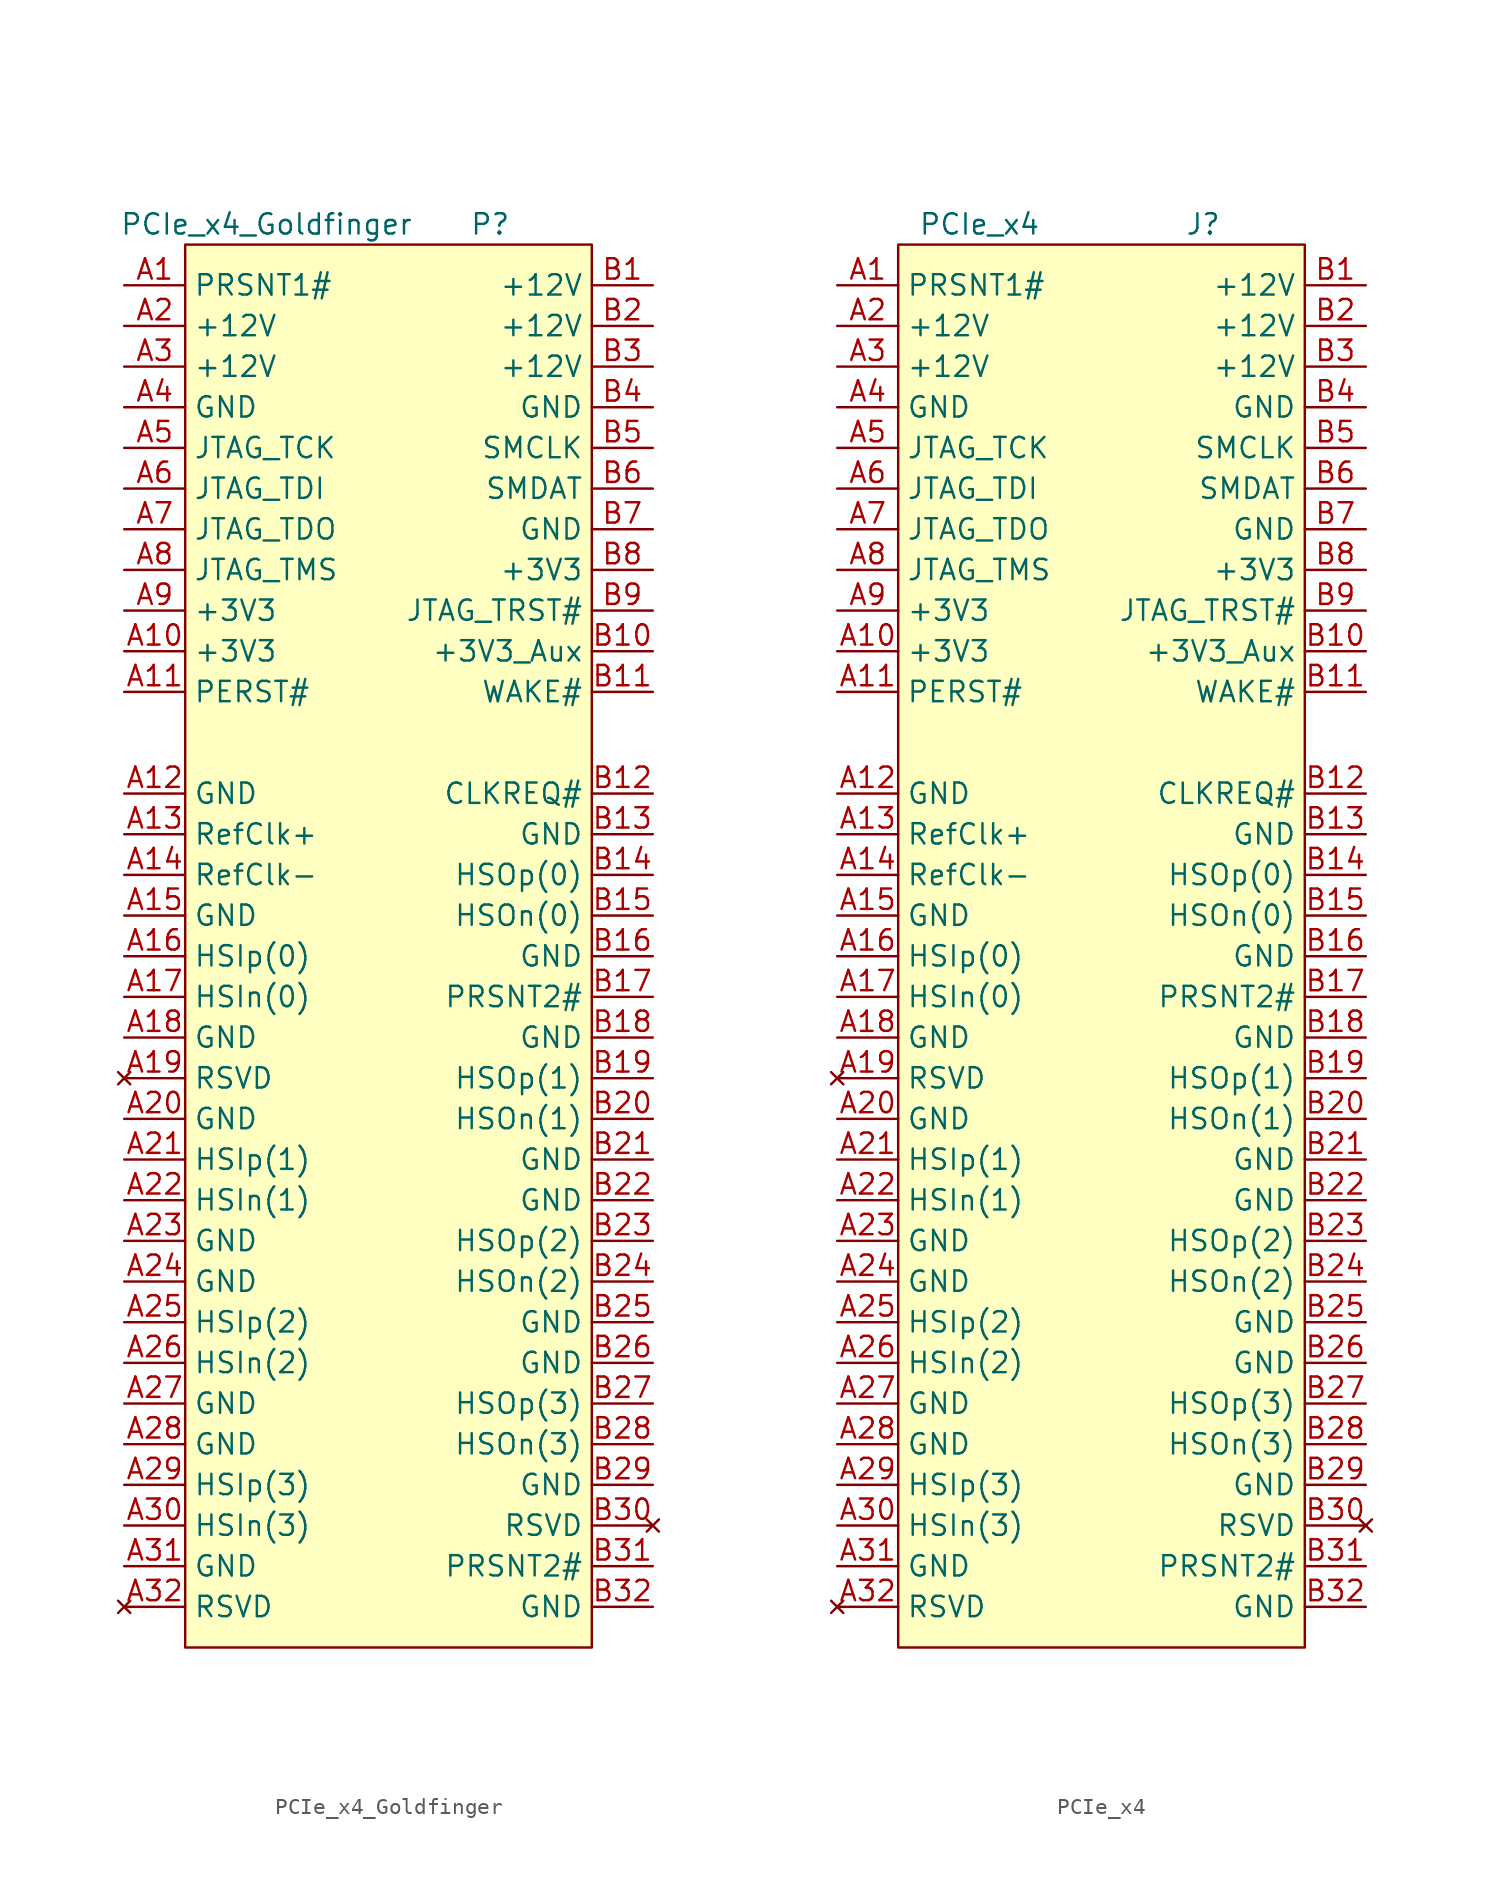
<source format=kicad_sym>
(kicad_symbol_lib
  (version 20231120)
  (generator "kicad_symbol_editor")
  (generator_version "8.0")
  (symbol "PCIe_x4_Goldfinger"
    (property "Reference" "P"
      (at 6.35 31.75 0)
      (effects (font (size 1.27 1.27))))
    (property "Value" "PCIe_x4_Goldfinger"
      (at -7.62 31.75 0)
      (effects (font (size 1.27 1.27))))
    (symbol "PCIe_x4_Goldfinger_0_1"
      (rectangle (start -12.7 30.48) (end 12.7 -57.15) (stroke (width 0) (type default)) (fill (type background))))
    (symbol "PCIe_x4_Goldfinger_1_1"
      (pin passive line (at -16.51 27.94 0) (length 3.81) (name "PRSNT1#" (effects (font (size 1.27 1.27)))) (number "A1" (effects (font (size 1.27 1.27)))))
      (pin passive line (at -16.51 5.08 0) (length 3.81) (name "+3V3" (effects (font (size 1.27 1.27)))) (number "A10" (effects (font (size 1.27 1.27)))))
      (pin passive line (at -16.51 2.54 0) (length 3.81) (name "PERST#" (effects (font (size 1.27 1.27)))) (number "A11" (effects (font (size 1.27 1.27)))))
      (pin passive line (at -16.51 -3.81 0) (length 3.81) (name "GND" (effects (font (size 1.27 1.27)))) (number "A12" (effects (font (size 1.27 1.27)))))
      (pin passive line (at -16.51 -6.35 0) (length 3.81) (name "RefClk+" (effects (font (size 1.27 1.27)))) (number "A13" (effects (font (size 1.27 1.27)))))
      (pin passive line (at -16.51 -8.89 0) (length 3.81) (name "RefClk-" (effects (font (size 1.27 1.27)))) (number "A14" (effects (font (size 1.27 1.27)))))
      (pin passive line (at -16.51 -11.43 0) (length 3.81) (name "GND" (effects (font (size 1.27 1.27)))) (number "A15" (effects (font (size 1.27 1.27)))))
      (pin passive line (at -16.51 -13.97 0) (length 3.81) (name "HSIp(0)" (effects (font (size 1.27 1.27)))) (number "A16" (effects (font (size 1.27 1.27)))))
      (pin passive line (at -16.51 -16.51 0) (length 3.81) (name "HSIn(0)" (effects (font (size 1.27 1.27)))) (number "A17" (effects (font (size 1.27 1.27)))))
      (pin passive line (at -16.51 -19.05 0) (length 3.81) (name "GND" (effects (font (size 1.27 1.27)))) (number "A18" (effects (font (size 1.27 1.27)))))
      (pin no_connect line (at -16.51 -21.59 0) (length 3.81) (name "RSVD" (effects (font (size 1.27 1.27)))) (number "A19" (effects (font (size 1.27 1.27)))))
      (pin passive line (at -16.51 25.4 0) (length 3.81) (name "+12V" (effects (font (size 1.27 1.27)))) (number "A2" (effects (font (size 1.27 1.27)))))
      (pin passive line (at -16.51 -24.13 0) (length 3.81) (name "GND" (effects (font (size 1.27 1.27)))) (number "A20" (effects (font (size 1.27 1.27)))))
      (pin passive line (at -16.51 -26.67 0) (length 3.81) (name "HSIp(1)" (effects (font (size 1.27 1.27)))) (number "A21" (effects (font (size 1.27 1.27)))))
      (pin passive line (at -16.51 -29.21 0) (length 3.81) (name "HSIn(1)" (effects (font (size 1.27 1.27)))) (number "A22" (effects (font (size 1.27 1.27)))))
      (pin passive line (at -16.51 -31.75 0) (length 3.81) (name "GND" (effects (font (size 1.27 1.27)))) (number "A23" (effects (font (size 1.27 1.27)))))
      (pin passive line (at -16.51 -34.29 0) (length 3.81) (name "GND" (effects (font (size 1.27 1.27)))) (number "A24" (effects (font (size 1.27 1.27)))))
      (pin passive line (at -16.51 -36.83 0) (length 3.81) (name "HSIp(2)" (effects (font (size 1.27 1.27)))) (number "A25" (effects (font (size 1.27 1.27)))))
      (pin passive line (at -16.51 -39.37 0) (length 3.81) (name "HSIn(2)" (effects (font (size 1.27 1.27)))) (number "A26" (effects (font (size 1.27 1.27)))))
      (pin passive line (at -16.51 -41.91 0) (length 3.81) (name "GND" (effects (font (size 1.27 1.27)))) (number "A27" (effects (font (size 1.27 1.27)))))
      (pin passive line (at -16.51 -44.45 0) (length 3.81) (name "GND" (effects (font (size 1.27 1.27)))) (number "A28" (effects (font (size 1.27 1.27)))))
      (pin passive line (at -16.51 -46.99 0) (length 3.81) (name "HSIp(3)" (effects (font (size 1.27 1.27)))) (number "A29" (effects (font (size 1.27 1.27)))))
      (pin passive line (at -16.51 22.86 0) (length 3.81) (name "+12V" (effects (font (size 1.27 1.27)))) (number "A3" (effects (font (size 1.27 1.27)))))
      (pin passive line (at -16.51 -49.53 0) (length 3.81) (name "HSIn(3)" (effects (font (size 1.27 1.27)))) (number "A30" (effects (font (size 1.27 1.27)))))
      (pin passive line (at -16.51 -52.07 0) (length 3.81) (name "GND" (effects (font (size 1.27 1.27)))) (number "A31" (effects (font (size 1.27 1.27)))))
      (pin no_connect line (at -16.51 -54.61 0) (length 3.81) (name "RSVD" (effects (font (size 1.27 1.27)))) (number "A32" (effects (font (size 1.27 1.27)))))
      (pin passive line (at -16.51 20.32 0) (length 3.81) (name "GND" (effects (font (size 1.27 1.27)))) (number "A4" (effects (font (size 1.27 1.27)))))
      (pin passive line (at -16.51 17.78 0) (length 3.81) (name "JTAG_TCK" (effects (font (size 1.27 1.27)))) (number "A5" (effects (font (size 1.27 1.27)))))
      (pin passive line (at -16.51 15.24 0) (length 3.81) (name "JTAG_TDI" (effects (font (size 1.27 1.27)))) (number "A6" (effects (font (size 1.27 1.27)))))
      (pin passive line (at -16.51 12.7 0) (length 3.81) (name "JTAG_TDO" (effects (font (size 1.27 1.27)))) (number "A7" (effects (font (size 1.27 1.27)))))
      (pin passive line (at -16.51 10.16 0) (length 3.81) (name "JTAG_TMS" (effects (font (size 1.27 1.27)))) (number "A8" (effects (font (size 1.27 1.27)))))
      (pin passive line (at -16.51 7.62 0) (length 3.81) (name "+3V3" (effects (font (size 1.27 1.27)))) (number "A9" (effects (font (size 1.27 1.27)))))
      (pin passive line (at 16.51 27.94 180) (length 3.81) (name "+12V" (effects (font (size 1.27 1.27)))) (number "B1" (effects (font (size 1.27 1.27)))))
      (pin passive line (at 16.51 5.08 180) (length 3.81) (name "+3V3_Aux" (effects (font (size 1.27 1.27)))) (number "B10" (effects (font (size 1.27 1.27)))))
      (pin passive line (at 16.51 2.54 180) (length 3.81) (name "WAKE#" (effects (font (size 1.27 1.27)))) (number "B11" (effects (font (size 1.27 1.27)))))
      (pin passive line (at 16.51 -3.81 180) (length 3.81) (name "CLKREQ#" (effects (font (size 1.27 1.27)))) (number "B12" (effects (font (size 1.27 1.27)))))
      (pin passive line (at 16.51 -6.35 180) (length 3.81) (name "GND" (effects (font (size 1.27 1.27)))) (number "B13" (effects (font (size 1.27 1.27)))))
      (pin passive line (at 16.51 -8.89 180) (length 3.81) (name "HSOp(0)" (effects (font (size 1.27 1.27)))) (number "B14" (effects (font (size 1.27 1.27)))))
      (pin passive line (at 16.51 -11.43 180) (length 3.81) (name "HSOn(0)" (effects (font (size 1.27 1.27)))) (number "B15" (effects (font (size 1.27 1.27)))))
      (pin passive line (at 16.51 -13.97 180) (length 3.81) (name "GND" (effects (font (size 1.27 1.27)))) (number "B16" (effects (font (size 1.27 1.27)))))
      (pin passive line (at 16.51 -16.51 180) (length 3.81) (name "PRSNT2#" (effects (font (size 1.27 1.27)))) (number "B17" (effects (font (size 1.27 1.27)))))
      (pin passive line (at 16.51 -19.05 180) (length 3.81) (name "GND" (effects (font (size 1.27 1.27)))) (number "B18" (effects (font (size 1.27 1.27)))))
      (pin passive line (at 16.51 -21.59 180) (length 3.81) (name "HSOp(1)" (effects (font (size 1.27 1.27)))) (number "B19" (effects (font (size 1.27 1.27)))))
      (pin passive line (at 16.51 25.4 180) (length 3.81) (name "+12V" (effects (font (size 1.27 1.27)))) (number "B2" (effects (font (size 1.27 1.27)))))
      (pin passive line (at 16.51 -24.13 180) (length 3.81) (name "HSOn(1)" (effects (font (size 1.27 1.27)))) (number "B20" (effects (font (size 1.27 1.27)))))
      (pin passive line (at 16.51 -26.67 180) (length 3.81) (name "GND" (effects (font (size 1.27 1.27)))) (number "B21" (effects (font (size 1.27 1.27)))))
      (pin passive line (at 16.51 -29.21 180) (length 3.81) (name "GND" (effects (font (size 1.27 1.27)))) (number "B22" (effects (font (size 1.27 1.27)))))
      (pin passive line (at 16.51 -31.75 180) (length 3.81) (name "HSOp(2)" (effects (font (size 1.27 1.27)))) (number "B23" (effects (font (size 1.27 1.27)))))
      (pin passive line (at 16.51 -34.29 180) (length 3.81) (name "HSOn(2)" (effects (font (size 1.27 1.27)))) (number "B24" (effects (font (size 1.27 1.27)))))
      (pin passive line (at 16.51 -36.83 180) (length 3.81) (name "GND" (effects (font (size 1.27 1.27)))) (number "B25" (effects (font (size 1.27 1.27)))))
      (pin passive line (at 16.51 -39.37 180) (length 3.81) (name "GND" (effects (font (size 1.27 1.27)))) (number "B26" (effects (font (size 1.27 1.27)))))
      (pin passive line (at 16.51 -41.91 180) (length 3.81) (name "HSOp(3)" (effects (font (size 1.27 1.27)))) (number "B27" (effects (font (size 1.27 1.27)))))
      (pin passive line (at 16.51 -44.45 180) (length 3.81) (name "HSOn(3)" (effects (font (size 1.27 1.27)))) (number "B28" (effects (font (size 1.27 1.27)))))
      (pin passive line (at 16.51 -46.99 180) (length 3.81) (name "GND" (effects (font (size 1.27 1.27)))) (number "B29" (effects (font (size 1.27 1.27)))))
      (pin passive line (at 16.51 22.86 180) (length 3.81) (name "+12V" (effects (font (size 1.27 1.27)))) (number "B3" (effects (font (size 1.27 1.27)))))
      (pin no_connect line (at 16.51 -49.53 180) (length 3.81) (name "RSVD" (effects (font (size 1.27 1.27)))) (number "B30" (effects (font (size 1.27 1.27)))))
      (pin passive line (at 16.51 -52.07 180) (length 3.81) (name "PRSNT2#" (effects (font (size 1.27 1.27)))) (number "B31" (effects (font (size 1.27 1.27)))))
      (pin passive line (at 16.51 -54.61 180) (length 3.81) (name "GND" (effects (font (size 1.27 1.27)))) (number "B32" (effects (font (size 1.27 1.27)))))
      (pin passive line (at 16.51 20.32 180) (length 3.81) (name "GND" (effects (font (size 1.27 1.27)))) (number "B4" (effects (font (size 1.27 1.27)))))
      (pin passive line (at 16.51 17.78 180) (length 3.81) (name "SMCLK" (effects (font (size 1.27 1.27)))) (number "B5" (effects (font (size 1.27 1.27)))))
      (pin passive line (at 16.51 15.24 180) (length 3.81) (name "SMDAT" (effects (font (size 1.27 1.27)))) (number "B6" (effects (font (size 1.27 1.27)))))
      (pin passive line (at 16.51 12.7 180) (length 3.81) (name "GND" (effects (font (size 1.27 1.27)))) (number "B7" (effects (font (size 1.27 1.27)))))
      (pin passive line (at 16.51 10.16 180) (length 3.81) (name "+3V3" (effects (font (size 1.27 1.27)))) (number "B8" (effects (font (size 1.27 1.27)))))
      (pin passive line (at 16.51 7.62 180) (length 3.81) (name "JTAG_TRST#" (effects (font (size 1.27 1.27)))) (number "B9" (effects (font (size 1.27 1.27)))))))
  (symbol "PCIe_x4"
    (property "Reference" "J"
      (at 6.35 31.75 0)
      (effects (font (size 1.27 1.27))))
    (property "Value" "PCIe_x4"
      (at -7.62 31.75 0)
      (effects (font (size 1.27 1.27))))
    (symbol "PCIe_x4_0_1"
      (rectangle (start -12.7 30.48) (end 12.7 -57.15) (stroke (width 0) (type default)) (fill (type background))))
    (symbol "PCIe_x4_1_1"
      (pin passive line (at -16.51 27.94 0) (length 3.81) (name "PRSNT1#" (effects (font (size 1.27 1.27)))) (number "A1" (effects (font (size 1.27 1.27)))))
      (pin passive line (at -16.51 5.08 0) (length 3.81) (name "+3V3" (effects (font (size 1.27 1.27)))) (number "A10" (effects (font (size 1.27 1.27)))))
      (pin passive line (at -16.51 2.54 0) (length 3.81) (name "PERST#" (effects (font (size 1.27 1.27)))) (number "A11" (effects (font (size 1.27 1.27)))))
      (pin passive line (at -16.51 -3.81 0) (length 3.81) (name "GND" (effects (font (size 1.27 1.27)))) (number "A12" (effects (font (size 1.27 1.27)))))
      (pin passive line (at -16.51 -6.35 0) (length 3.81) (name "RefClk+" (effects (font (size 1.27 1.27)))) (number "A13" (effects (font (size 1.27 1.27)))))
      (pin passive line (at -16.51 -8.89 0) (length 3.81) (name "RefClk-" (effects (font (size 1.27 1.27)))) (number "A14" (effects (font (size 1.27 1.27)))))
      (pin passive line (at -16.51 -11.43 0) (length 3.81) (name "GND" (effects (font (size 1.27 1.27)))) (number "A15" (effects (font (size 1.27 1.27)))))
      (pin passive line (at -16.51 -13.97 0) (length 3.81) (name "HSIp(0)" (effects (font (size 1.27 1.27)))) (number "A16" (effects (font (size 1.27 1.27)))))
      (pin passive line (at -16.51 -16.51 0) (length 3.81) (name "HSIn(0)" (effects (font (size 1.27 1.27)))) (number "A17" (effects (font (size 1.27 1.27)))))
      (pin passive line (at -16.51 -19.05 0) (length 3.81) (name "GND" (effects (font (size 1.27 1.27)))) (number "A18" (effects (font (size 1.27 1.27)))))
      (pin no_connect line (at -16.51 -21.59 0) (length 3.81) (name "RSVD" (effects (font (size 1.27 1.27)))) (number "A19" (effects (font (size 1.27 1.27)))))
      (pin passive line (at -16.51 25.4 0) (length 3.81) (name "+12V" (effects (font (size 1.27 1.27)))) (number "A2" (effects (font (size 1.27 1.27)))))
      (pin passive line (at -16.51 -24.13 0) (length 3.81) (name "GND" (effects (font (size 1.27 1.27)))) (number "A20" (effects (font (size 1.27 1.27)))))
      (pin passive line (at -16.51 -26.67 0) (length 3.81) (name "HSIp(1)" (effects (font (size 1.27 1.27)))) (number "A21" (effects (font (size 1.27 1.27)))))
      (pin passive line (at -16.51 -29.21 0) (length 3.81) (name "HSIn(1)" (effects (font (size 1.27 1.27)))) (number "A22" (effects (font (size 1.27 1.27)))))
      (pin passive line (at -16.51 -31.75 0) (length 3.81) (name "GND" (effects (font (size 1.27 1.27)))) (number "A23" (effects (font (size 1.27 1.27)))))
      (pin passive line (at -16.51 -34.29 0) (length 3.81) (name "GND" (effects (font (size 1.27 1.27)))) (number "A24" (effects (font (size 1.27 1.27)))))
      (pin passive line (at -16.51 -36.83 0) (length 3.81) (name "HSIp(2)" (effects (font (size 1.27 1.27)))) (number "A25" (effects (font (size 1.27 1.27)))))
      (pin passive line (at -16.51 -39.37 0) (length 3.81) (name "HSIn(2)" (effects (font (size 1.27 1.27)))) (number "A26" (effects (font (size 1.27 1.27)))))
      (pin passive line (at -16.51 -41.91 0) (length 3.81) (name "GND" (effects (font (size 1.27 1.27)))) (number "A27" (effects (font (size 1.27 1.27)))))
      (pin passive line (at -16.51 -44.45 0) (length 3.81) (name "GND" (effects (font (size 1.27 1.27)))) (number "A28" (effects (font (size 1.27 1.27)))))
      (pin passive line (at -16.51 -46.99 0) (length 3.81) (name "HSIp(3)" (effects (font (size 1.27 1.27)))) (number "A29" (effects (font (size 1.27 1.27)))))
      (pin passive line (at -16.51 22.86 0) (length 3.81) (name "+12V" (effects (font (size 1.27 1.27)))) (number "A3" (effects (font (size 1.27 1.27)))))
      (pin passive line (at -16.51 -49.53 0) (length 3.81) (name "HSIn(3)" (effects (font (size 1.27 1.27)))) (number "A30" (effects (font (size 1.27 1.27)))))
      (pin passive line (at -16.51 -52.07 0) (length 3.81) (name "GND" (effects (font (size 1.27 1.27)))) (number "A31" (effects (font (size 1.27 1.27)))))
      (pin no_connect line (at -16.51 -54.61 0) (length 3.81) (name "RSVD" (effects (font (size 1.27 1.27)))) (number "A32" (effects (font (size 1.27 1.27)))))
      (pin passive line (at -16.51 20.32 0) (length 3.81) (name "GND" (effects (font (size 1.27 1.27)))) (number "A4" (effects (font (size 1.27 1.27)))))
      (pin passive line (at -16.51 17.78 0) (length 3.81) (name "JTAG_TCK" (effects (font (size 1.27 1.27)))) (number "A5" (effects (font (size 1.27 1.27)))))
      (pin passive line (at -16.51 15.24 0) (length 3.81) (name "JTAG_TDI" (effects (font (size 1.27 1.27)))) (number "A6" (effects (font (size 1.27 1.27)))))
      (pin passive line (at -16.51 12.7 0) (length 3.81) (name "JTAG_TDO" (effects (font (size 1.27 1.27)))) (number "A7" (effects (font (size 1.27 1.27)))))
      (pin passive line (at -16.51 10.16 0) (length 3.81) (name "JTAG_TMS" (effects (font (size 1.27 1.27)))) (number "A8" (effects (font (size 1.27 1.27)))))
      (pin passive line (at -16.51 7.62 0) (length 3.81) (name "+3V3" (effects (font (size 1.27 1.27)))) (number "A9" (effects (font (size 1.27 1.27)))))
      (pin passive line (at 16.51 27.94 180) (length 3.81) (name "+12V" (effects (font (size 1.27 1.27)))) (number "B1" (effects (font (size 1.27 1.27)))))
      (pin passive line (at 16.51 5.08 180) (length 3.81) (name "+3V3_Aux" (effects (font (size 1.27 1.27)))) (number "B10" (effects (font (size 1.27 1.27)))))
      (pin passive line (at 16.51 2.54 180) (length 3.81) (name "WAKE#" (effects (font (size 1.27 1.27)))) (number "B11" (effects (font (size 1.27 1.27)))))
      (pin passive line (at 16.51 -3.81 180) (length 3.81) (name "CLKREQ#" (effects (font (size 1.27 1.27)))) (number "B12" (effects (font (size 1.27 1.27)))))
      (pin passive line (at 16.51 -6.35 180) (length 3.81) (name "GND" (effects (font (size 1.27 1.27)))) (number "B13" (effects (font (size 1.27 1.27)))))
      (pin passive line (at 16.51 -8.89 180) (length 3.81) (name "HSOp(0)" (effects (font (size 1.27 1.27)))) (number "B14" (effects (font (size 1.27 1.27)))))
      (pin passive line (at 16.51 -11.43 180) (length 3.81) (name "HSOn(0)" (effects (font (size 1.27 1.27)))) (number "B15" (effects (font (size 1.27 1.27)))))
      (pin passive line (at 16.51 -13.97 180) (length 3.81) (name "GND" (effects (font (size 1.27 1.27)))) (number "B16" (effects (font (size 1.27 1.27)))))
      (pin passive line (at 16.51 -16.51 180) (length 3.81) (name "PRSNT2#" (effects (font (size 1.27 1.27)))) (number "B17" (effects (font (size 1.27 1.27)))))
      (pin passive line (at 16.51 -19.05 180) (length 3.81) (name "GND" (effects (font (size 1.27 1.27)))) (number "B18" (effects (font (size 1.27 1.27)))))
      (pin passive line (at 16.51 -21.59 180) (length 3.81) (name "HSOp(1)" (effects (font (size 1.27 1.27)))) (number "B19" (effects (font (size 1.27 1.27)))))
      (pin passive line (at 16.51 25.4 180) (length 3.81) (name "+12V" (effects (font (size 1.27 1.27)))) (number "B2" (effects (font (size 1.27 1.27)))))
      (pin passive line (at 16.51 -24.13 180) (length 3.81) (name "HSOn(1)" (effects (font (size 1.27 1.27)))) (number "B20" (effects (font (size 1.27 1.27)))))
      (pin passive line (at 16.51 -26.67 180) (length 3.81) (name "GND" (effects (font (size 1.27 1.27)))) (number "B21" (effects (font (size 1.27 1.27)))))
      (pin passive line (at 16.51 -29.21 180) (length 3.81) (name "GND" (effects (font (size 1.27 1.27)))) (number "B22" (effects (font (size 1.27 1.27)))))
      (pin passive line (at 16.51 -31.75 180) (length 3.81) (name "HSOp(2)" (effects (font (size 1.27 1.27)))) (number "B23" (effects (font (size 1.27 1.27)))))
      (pin passive line (at 16.51 -34.29 180) (length 3.81) (name "HSOn(2)" (effects (font (size 1.27 1.27)))) (number "B24" (effects (font (size 1.27 1.27)))))
      (pin passive line (at 16.51 -36.83 180) (length 3.81) (name "GND" (effects (font (size 1.27 1.27)))) (number "B25" (effects (font (size 1.27 1.27)))))
      (pin passive line (at 16.51 -39.37 180) (length 3.81) (name "GND" (effects (font (size 1.27 1.27)))) (number "B26" (effects (font (size 1.27 1.27)))))
      (pin passive line (at 16.51 -41.91 180) (length 3.81) (name "HSOp(3)" (effects (font (size 1.27 1.27)))) (number "B27" (effects (font (size 1.27 1.27)))))
      (pin passive line (at 16.51 -44.45 180) (length 3.81) (name "HSOn(3)" (effects (font (size 1.27 1.27)))) (number "B28" (effects (font (size 1.27 1.27)))))
      (pin passive line (at 16.51 -46.99 180) (length 3.81) (name "GND" (effects (font (size 1.27 1.27)))) (number "B29" (effects (font (size 1.27 1.27)))))
      (pin passive line (at 16.51 22.86 180) (length 3.81) (name "+12V" (effects (font (size 1.27 1.27)))) (number "B3" (effects (font (size 1.27 1.27)))))
      (pin no_connect line (at 16.51 -49.53 180) (length 3.81) (name "RSVD" (effects (font (size 1.27 1.27)))) (number "B30" (effects (font (size 1.27 1.27)))))
      (pin passive line (at 16.51 -52.07 180) (length 3.81) (name "PRSNT2#" (effects (font (size 1.27 1.27)))) (number "B31" (effects (font (size 1.27 1.27)))))
      (pin passive line (at 16.51 -54.61 180) (length 3.81) (name "GND" (effects (font (size 1.27 1.27)))) (number "B32" (effects (font (size 1.27 1.27)))))
      (pin passive line (at 16.51 20.32 180) (length 3.81) (name "GND" (effects (font (size 1.27 1.27)))) (number "B4" (effects (font (size 1.27 1.27)))))
      (pin passive line (at 16.51 17.78 180) (length 3.81) (name "SMCLK" (effects (font (size 1.27 1.27)))) (number "B5" (effects (font (size 1.27 1.27)))))
      (pin passive line (at 16.51 15.24 180) (length 3.81) (name "SMDAT" (effects (font (size 1.27 1.27)))) (number "B6" (effects (font (size 1.27 1.27)))))
      (pin passive line (at 16.51 12.7 180) (length 3.81) (name "GND" (effects (font (size 1.27 1.27)))) (number "B7" (effects (font (size 1.27 1.27)))))
      (pin passive line (at 16.51 10.16 180) (length 3.81) (name "+3V3" (effects (font (size 1.27 1.27)))) (number "B8" (effects (font (size 1.27 1.27)))))
      (pin passive line (at 16.51 7.62 180) (length 3.81) (name "JTAG_TRST#" (effects (font (size 1.27 1.27)))) (number "B9" (effects (font (size 1.27 1.27))))))))
</source>
